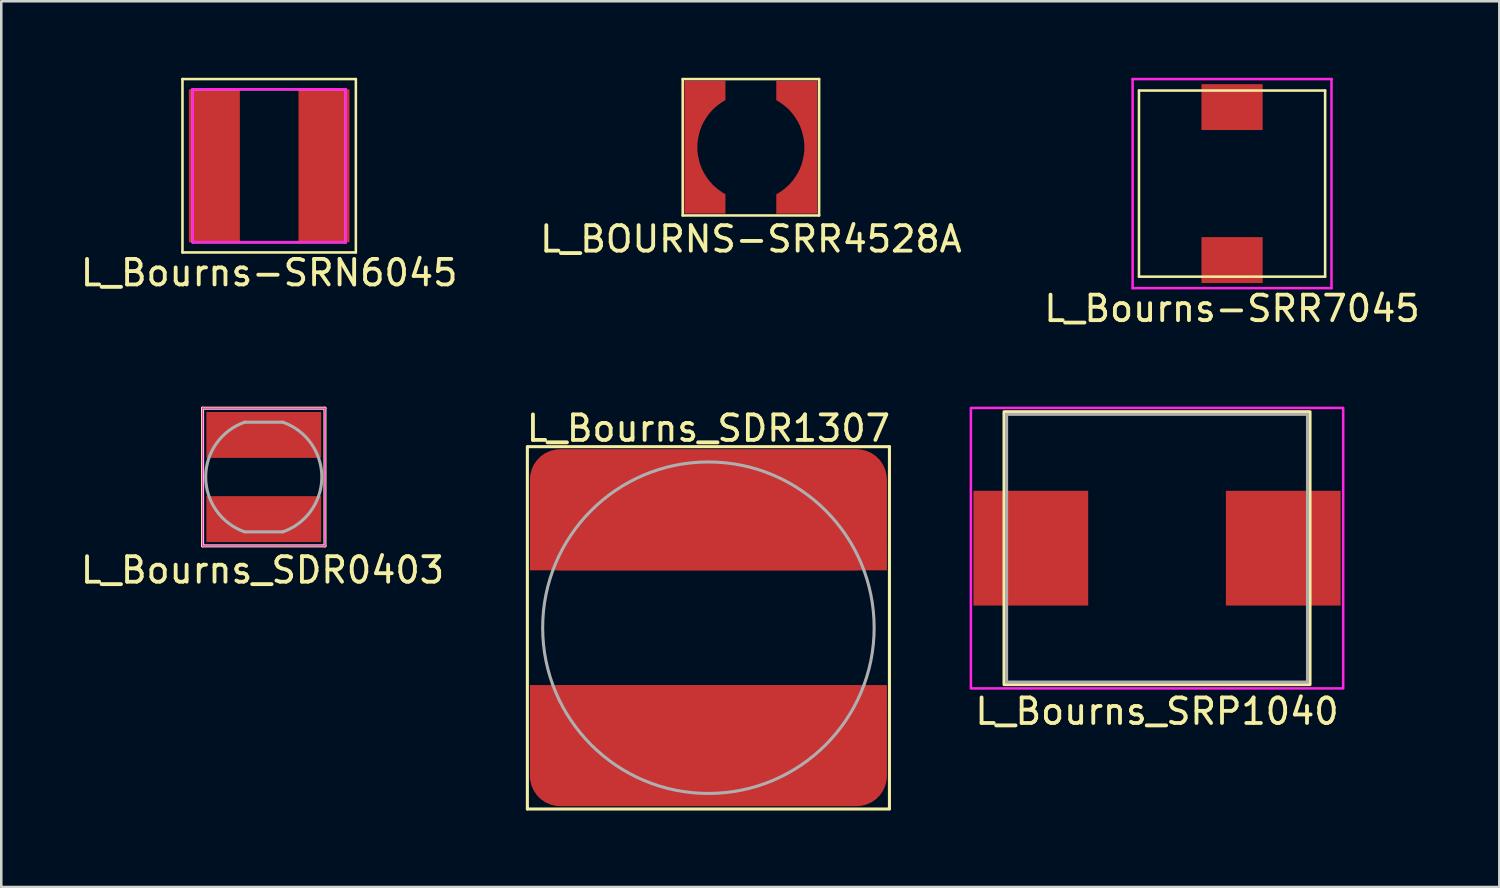
<source format=kicad_pcb>
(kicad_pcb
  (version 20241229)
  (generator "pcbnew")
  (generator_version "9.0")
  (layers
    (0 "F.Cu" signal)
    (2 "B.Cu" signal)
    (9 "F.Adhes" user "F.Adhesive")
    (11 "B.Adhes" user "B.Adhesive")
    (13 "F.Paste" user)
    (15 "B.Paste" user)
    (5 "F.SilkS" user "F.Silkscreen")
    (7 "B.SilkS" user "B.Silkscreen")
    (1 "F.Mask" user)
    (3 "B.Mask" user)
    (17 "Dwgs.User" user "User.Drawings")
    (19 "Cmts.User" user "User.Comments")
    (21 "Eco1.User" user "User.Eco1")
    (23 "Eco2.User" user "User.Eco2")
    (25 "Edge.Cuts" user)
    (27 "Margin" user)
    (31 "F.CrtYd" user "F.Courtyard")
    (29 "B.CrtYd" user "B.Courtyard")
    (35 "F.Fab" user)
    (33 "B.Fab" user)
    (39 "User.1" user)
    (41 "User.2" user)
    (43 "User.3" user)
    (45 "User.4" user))
  (footprint "L_Bourns-SRN6045"
    (layer "F.Cu")
    (at 7.506 3.45)
    (property "Reference" "L_Bourns-SRN6045" (at 0 4.2 0) (layer "F.SilkS") (effects (font (size 1 1) (thickness 0.15))))
    (attr smd)
    (fp_line (start -3.4 -3.4) (end -3.4 3.4) (stroke (width 0.1) (type solid)) (layer "F.SilkS"))
    (fp_line (start -3.4 3.4) (end 3.4 3.4) (stroke (width 0.1) (type solid)) (layer "F.SilkS"))
    (fp_line (start 3.4 -3.4) (end -3.4 -3.4) (stroke (width 0.1) (type solid)) (layer "F.SilkS"))
    (fp_line (start 3.4 3.4) (end 3.4 -3.4) (stroke (width 0.1) (type solid)) (layer "F.SilkS"))
    (fp_line (start -3 -3) (end 3 -3) (stroke (width 0.1) (type solid)) (layer "F.CrtYd"))
    (fp_line (start -3 3) (end -3 -3) (stroke (width 0.1) (type solid)) (layer "F.CrtYd"))
    (fp_line (start -3 3) (end 3 3) (stroke (width 0.1) (type solid)) (layer "F.CrtYd"))
    (fp_line (start 3 3) (end 3 -3) (stroke (width 0.1) (type solid)) (layer "F.CrtYd"))
    (fp_line (start -3 -3) (end 3 -3) (stroke (width 0.1) (type solid)) (layer "F.Fab"))
    (fp_line (start -3 3) (end -3 -3) (stroke (width 0.1) (type solid)) (layer "F.Fab"))
    (fp_line (start -3 3) (end 3 3) (stroke (width 0.1) (type solid)) (layer "F.Fab"))
    (fp_line (start 3 3) (end 3 -3) (stroke (width 0.1) (type solid)) (layer "F.Fab"))
    (pad "1" smd rect (at -2.15 0) (size 2 6) (layers "F.Cu" "F.Mask" "F.Paste"))
    (pad "2" smd rect (at 2.15 0) (size 2 6) (layers "F.Cu" "F.Mask" "F.Paste")))
  (footprint "L_Bourns-SRR7045"
    (layer "F.Cu")
    (at 45.268 4.15)
    (property "Reference" "L_Bourns-SRR7045" (at 0 4.9 0) (layer "F.SilkS") (effects (font (size 1 1) (thickness 0.15))))
    (attr through_hole)
    (fp_line (start -3.65 -3.65) (end 3.65 -3.65) (stroke (width 0.1) (type solid)) (layer "F.SilkS"))
    (fp_line (start -3.65 3.65) (end -3.65 -3.65) (stroke (width 0.1) (type solid)) (layer "F.SilkS"))
    (fp_line (start 3.65 -3.65) (end 3.65 3.65) (stroke (width 0.1) (type solid)) (layer "F.SilkS"))
    (fp_line (start 3.65 3.65) (end -3.65 3.65) (stroke (width 0.1) (type solid)) (layer "F.SilkS"))
    (fp_line (start -3.9 -4.1) (end -3.9 4.1) (stroke (width 0.1) (type solid)) (layer "F.CrtYd"))
    (fp_line (start -3.9 4.1) (end 3.9 4.1) (stroke (width 0.1) (type solid)) (layer "F.CrtYd"))
    (fp_line (start 3.9 -4.1) (end -3.9 -4.1) (stroke (width 0.1) (type solid)) (layer "F.CrtYd"))
    (fp_line (start 3.9 4.1) (end 3.9 -4.1) (stroke (width 0.1) (type solid)) (layer "F.CrtYd"))
    (pad "1" smd rect (at 0 3) (size 2.4 1.8) (layers "F.Cu" "F.Mask" "F.Paste"))
    (pad "2" smd rect (at 0 -3) (size 2.4 1.8) (layers "F.Cu" "F.Mask" "F.Paste")))
  (footprint "L_Bourns_SDR0403"
    (layer "F.Cu")
    (at 7.294 15.658)
    (property "Reference" "L_Bourns_SDR0403" (at -0.05 3.65 0) (layer "F.SilkS") (effects (font (size 1 1) (thickness 0.15))))
    (attr through_hole)
    (fp_line (start -2.4 -2.7) (end -2.4 2.7) (stroke (width 0.12) (type solid)) (layer "F.SilkS"))
    (fp_line (start -2.4 -2.7) (end 2.4 -2.7) (stroke (width 0.12) (type solid)) (layer "F.SilkS"))
    (fp_line (start -2.4 2.7) (end 2.4 2.7) (stroke (width 0.05) (type solid)) (layer "F.SilkS"))
    (fp_line (start -2.4 2.7) (end 2.4 2.7) (stroke (width 0.12) (type solid)) (layer "F.SilkS"))
    (fp_line (start 2.4 -2.7) (end 2.4 2.7) (stroke (width 0.05) (type solid)) (layer "F.SilkS"))
    (fp_line (start 2.4 -2.7) (end 2.4 2.7) (stroke (width 0.12) (type solid)) (layer "F.SilkS"))
    (fp_line (start -2.4 -2.7) (end -2.4 2.7) (stroke (width 0.05) (type solid)) (layer "F.CrtYd"))
    (fp_line (start -2.4 -2.7) (end 2.4 -2.7) (stroke (width 0.05) (type solid)) (layer "F.CrtYd"))
    (fp_line (start -2.4 2.7) (end 2.4 2.7) (stroke (width 0.05) (type solid)) (layer "F.CrtYd"))
    (fp_line (start 2.4 -2.7) (end 2.4 2.7) (stroke (width 0.05) (type solid)) (layer "F.CrtYd"))
    (fp_line (start -0.75 -2.15) (end 0.75 -2.15) (stroke (width 0.12) (type solid)) (layer "F.Fab"))
    (fp_line (start -0.75 2.15) (end 0.75 2.15) (stroke (width 0.12) (type solid)) (layer "F.Fab"))
    (fp_arc (start -0.751451 2.149492) (mid -2.277058 -0.000769) (end -0.749999 -2.149999) (stroke (width 0.12) (type solid)) (layer "F.Fab"))
    (fp_arc (start 0.75 -2.149999) (mid 2.277059 0) (end 0.749999 2.149999) (stroke (width 0.12) (type solid)) (layer "F.Fab"))
    (pad "1" smd rect (at 0 1.65) (size 4.5 1.8) (layers "F.Cu" "F.Mask" "F.Paste"))
    (pad "2" smd rect (at 0 -1.65) (size 4.5 1.8) (layers "F.Cu" "F.Mask" "F.Paste")))
  (footprint "L_Bourns_SRP1040"
    (layer "F.Cu")
    (at 42.326 18.448)
    (property "Reference" "L_Bourns_SRP1040" (at 0 6.4 0) (unlocked yes) (layer "F.SilkS") (effects (font (size 1 1) (thickness 0.15))))
    (attr smd)
    (fp_rect (start -6 -5.35) (end 6 5.35) (stroke (width 0.12) (type solid)) (fill no) (layer "F.SilkS"))
    (fp_rect (start -7.3 -5.5) (end 7.3 5.5) (stroke (width 0.1) (type solid)) (fill no) (layer "F.CrtYd"))
    (fp_rect (start -5.9 -5.25) (end 5.9 5.25) (stroke (width 0.12) (type solid)) (fill no) (layer "F.Fab"))
    (pad "1" smd rect (at -4.95 0) (size 4.5 4.5) (layers "F.Cu" "F.Mask" "F.Paste"))
    (pad "2" smd rect (at 4.95 0) (size 4.5 4.5) (layers "F.Cu" "F.Mask" "F.Paste")))
  (footprint "L_BOURNS-SRR4528A"
    (layer "F.Cu")
    (at 26.399 2.725)
    (property "Reference" "L_BOURNS-SRR4528A" (at 0 3.6 0) (layer "F.SilkS") (effects (font (size 1 1) (thickness 0.15))))
    (attr through_hole)
    (fp_line (start -2.675 -2.675) (end -2.675 2.675) (stroke (width 0.1) (type solid)) (layer "F.SilkS"))
    (fp_line (start -2.675 2.675) (end 2.675 2.675) (stroke (width 0.1) (type solid)) (layer "F.SilkS"))
    (fp_line (start 2.675 -2.675) (end -2.675 -2.675) (stroke (width 0.1) (type solid)) (layer "F.SilkS"))
    (fp_line (start 2.675 2.675) (end 2.675 -2.675) (stroke (width 0.1) (type solid)) (layer "F.SilkS"))
    (pad "1" smd custom (at 2.35 0) (size 0.5 5.2) (layers "F.Cu" "F.Mask" "F.Paste") (options (anchor rect)) (primitives (gr_line (start -1.35 -2.6) (end -1.35 -1.85) (width 0.01)) (gr_arc (start -1.351414 -1.847384) (mid -0.546249 -1.0754) (end -0.25 0) (width 0.01)) (gr_line (start 0.25 -2.6) (end -0.25 -2.6) (width 0.01)) (gr_line (start -0.25 2.6) (end -0.25 -2.6) (width 0.01)) (gr_line (start -0.25 2.6) (end 0.25 2.6) (width 0.01)) (gr_poly (pts (xy -0.25 2.6) (xy -1.35 2.6) (xy -1.35 1.85) (xy -1.225 1.775) (xy -1.05 1.65) (xy -0.875 1.5) (xy -0.825 1.45) (xy -0.7 1.3) (xy -0.625 1.2) (xy -0.5 1) (xy -0.425 0.85) (xy -0.35 0.65) (xy -0.3 0.45) (xy -0.275 0.325) (xy -0.25 0.15)) (width 0.01) (fill yes)) (gr_line (start 0.25 2.6) (end 0.25 -2.6) (width 0.01)) (gr_poly (pts (xy -0.25 -2.6) (xy -1.35 -2.6) (xy -1.35 -1.85) (xy -1.225 -1.775) (xy -1.05 -1.65) (xy -0.875 -1.5) (xy -0.825 -1.45) (xy -0.7 -1.3) (xy -0.625 -1.2) (xy -0.5 -1) (xy -0.425 -0.85) (xy -0.35 -0.65) (xy -0.3 -0.45) (xy -0.275 -0.325) (xy -0.25 -0.15)) (width 0.01) (fill yes)) (gr_line (start -1.35 -2.6) (end -0.25 -2.6) (width 0.01)) (gr_arc (start -0.25 0) (mid -0.54625 1.0754) (end -1.351414 1.847384) (width 0.01)) (gr_line (start -1.35 2.6) (end -0.25 2.6) (width 0.01)) (gr_line (start -1.35 2.6) (end -1.35 1.85) (width 0.01))))
    (pad "2" smd custom (at -2.35 0) (size 0.5 5.2) (layers "F.Cu" "F.Mask" "F.Paste") (options (anchor rect)) (primitives (gr_arc (start 0.246483 -0.003153) (mid 0.542733 -1.078553) (end 1.347897 -1.850537) (width 0.01)) (gr_poly (pts (xy 0.246 2.597) (xy 1.346 2.597) (xy 1.346 1.847) (xy 1.221 1.772) (xy 1.046 1.647) (xy 0.871 1.497) (xy 0.821 1.447) (xy 0.696 1.297) (xy 0.621 1.197) (xy 0.496 0.997) (xy 0.421 0.847) (xy 0.346 0.647) (xy 0.296 0.447) (xy 0.271 0.322) (xy 0.246 0.147)) (width 0.01) (fill yes)) (gr_poly (pts (xy 0.246 -2.603) (xy 1.346 -2.603) (xy 1.346 -1.853) (xy 1.221 -1.778) (xy 1.046 -1.653) (xy 0.871 -1.503) (xy 0.821 -1.453) (xy 0.696 -1.303) (xy 0.621 -1.203) (xy 0.496 -1.003) (xy 0.421 -0.853) (xy 0.346 -0.653) (xy 0.296 -0.453) (xy 0.271 -0.328) (xy 0.246 -0.153)) (width 0.01) (fill yes)) (gr_line (start 1.346 -2.603) (end 0.246 -2.603) (width 0.01)) (gr_arc (start 1.347897 1.844231) (mid 0.542732 1.072247) (end 0.246483 -0.003153) (width 0.01)) (gr_line (start 1.346 -2.603) (end 1.346 -1.853) (width 0.01)) (gr_line (start -0.254 -2.603) (end 0.246 -2.603) (width 0.01)) (gr_line (start 0.246 2.597) (end 0.246 -2.603) (width 0.01)) (gr_line (start 0.246 2.597) (end -0.254 2.597) (width 0.01)) (gr_line (start -0.254 2.597) (end -0.254 -2.603) (width 0.01)) (gr_line (start 1.346 2.597) (end 1.346 1.847) (width 0.01)) (gr_line (start 1.346 2.597) (end 0.246 2.597) (width 0.01)))))
  (footprint "L_Bourns_SDR1307"
    (layer "F.Cu")
    (at 24.732 21.567)
    (property "Reference" "L_Bourns_SDR1307" (at 0 -7.82 0) (layer "F.SilkS") (effects (font (size 1 1) (thickness 0.15))))
    (attr smd)
    (fp_line (start -7.1 -7.1) (end 7.1 -7.1) (stroke (width 0.12) (type solid)) (layer "F.SilkS"))
    (fp_line (start -7.1 -7.09) (end -7.1 7.11) (stroke (width 0.12) (type solid)) (layer "F.SilkS"))
    (fp_line (start -7.1 7.11) (end 7.1 7.11) (stroke (width 0.12) (type solid)) (layer "F.SilkS"))
    (fp_line (start 7.1 -7.1) (end 7.1 7.1) (stroke (width 0.12) (type solid)) (layer "F.SilkS"))
    (fp_circle (center 0 0) (end 6.5 0) (stroke (width 0.12) (type solid)) (fill no) (layer "F.Fab"))
    (pad "1" smd rect (at 0 2.8) (size 14 1.1) (layers "F.Cu" "F.Mask" "F.Paste"))
    (pad "1" smd roundrect (at 0 4.625) (size 14 4.75) (layers "F.Cu" "F.Mask" "F.Paste") (roundrect_rratio 0.25))
    (pad "2" smd roundrect (at 0 -4.625) (size 14 4.75) (layers "F.Cu" "F.Mask" "F.Paste") (roundrect_rratio 0.25))
    (pad "2" smd rect (at 0 -2.8) (size 14 1.1) (layers "F.Cu" "F.Mask" "F.Paste")))
  (gr_rect
    (start -3 -3)
    (end 55.75 31.736)
    (stroke (width 0.1) (type default))
    (fill no)
    (layer "Edge.Cuts")))
</source>
